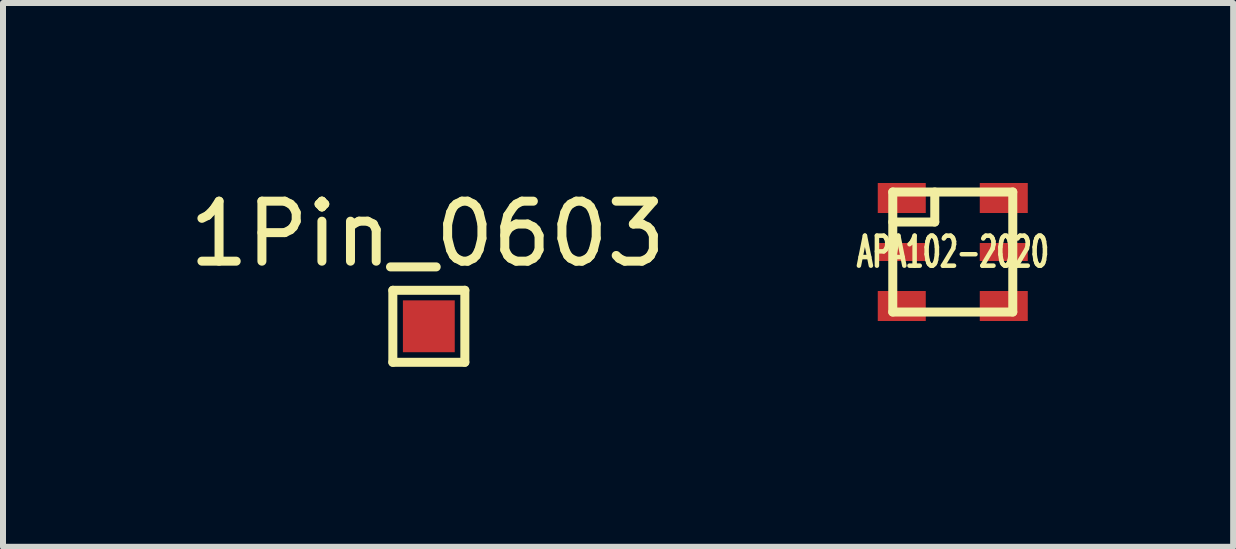
<source format=kicad_pcb>
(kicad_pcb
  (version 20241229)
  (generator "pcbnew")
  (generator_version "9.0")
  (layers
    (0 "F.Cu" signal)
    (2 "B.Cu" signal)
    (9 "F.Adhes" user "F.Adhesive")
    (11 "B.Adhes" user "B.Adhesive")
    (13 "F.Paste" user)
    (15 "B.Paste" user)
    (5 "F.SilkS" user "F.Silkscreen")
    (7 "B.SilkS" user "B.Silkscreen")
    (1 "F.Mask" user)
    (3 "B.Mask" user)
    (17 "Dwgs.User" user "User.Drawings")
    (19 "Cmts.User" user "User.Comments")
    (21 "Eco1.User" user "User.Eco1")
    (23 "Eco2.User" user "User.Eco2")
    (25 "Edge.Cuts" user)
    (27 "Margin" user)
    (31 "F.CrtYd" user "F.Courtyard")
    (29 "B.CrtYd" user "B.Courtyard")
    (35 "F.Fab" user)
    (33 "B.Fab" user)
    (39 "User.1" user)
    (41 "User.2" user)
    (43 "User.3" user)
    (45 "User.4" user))
  (footprint "APA102-2020"
    (layer "F.Cu")
    (at 12.829 1.15)
    (property "Reference" "APA102-2020" (at 0 0 0) (layer "F.SilkS") (effects (font (size 0.5 0.3) (thickness 0.075))))
    (attr through_hole)
    (fp_line (start -1 -1) (end 1 -1) (stroke (width 0.15) (type solid)) (layer "F.SilkS"))
    (fp_line (start -1 -0.5) (end -0.3 -0.5) (stroke (width 0.15) (type solid)) (layer "F.SilkS"))
    (fp_line (start -1 1) (end -1 -1) (stroke (width 0.15) (type solid)) (layer "F.SilkS"))
    (fp_line (start -0.3 -0.5) (end -0.3 -1) (stroke (width 0.15) (type solid)) (layer "F.SilkS"))
    (fp_line (start 1 -1) (end 1 1) (stroke (width 0.15) (type solid)) (layer "F.SilkS"))
    (fp_line (start 1 1) (end -1 1) (stroke (width 0.15) (type solid)) (layer "F.SilkS"))
    (pad "1" smd rect (at -0.85 -0.9) (size 0.8 0.5) (layers "F.Cu" "F.Mask" "F.Paste"))
    (pad "2" smd rect (at -0.85 0) (size 0.8 0.3) (layers "F.Cu" "F.Mask" "F.Paste"))
    (pad "3" smd rect (at -0.85 0.9) (size 0.8 0.5) (layers "F.Cu" "F.Mask" "F.Paste"))
    (pad "4" smd rect (at 0.85 0.9) (size 0.8 0.5) (layers "F.Cu" "F.Mask" "F.Paste"))
    (pad "5" smd rect (at 0.85 0) (size 0.8 0.3) (layers "F.Cu" "F.Mask" "F.Paste"))
    (pad "6" smd rect (at 0.85 -0.9) (size 0.8 0.5) (layers "F.Cu" "F.Mask" "F.Paste")))
  (footprint "1Pin_0603"
    (layer "F.Cu")
    (at 4.097 2.388)
    (property "Reference" "1Pin_0603" (at -0.02 -1.54 0) (layer "F.SilkS") (effects (font (size 1 1) (thickness 0.15))))
    (attr through_hole)
    (fp_line (start -0.6 -0.6) (end 0.6 -0.6) (stroke (width 0.15) (type solid)) (layer "F.SilkS"))
    (fp_line (start -0.6 0.6) (end -0.6 -0.6) (stroke (width 0.15) (type solid)) (layer "F.SilkS"))
    (fp_line (start 0.6 -0.6) (end 0.6 0.6) (stroke (width 0.15) (type solid)) (layer "F.SilkS"))
    (fp_line (start 0.6 0.6) (end -0.6 0.6) (stroke (width 0.15) (type solid)) (layer "F.SilkS"))
    (pad "1" smd rect (at 0 0) (size 0.864 0.864) (layers "F.Cu" "F.Mask" "F.Paste")))
  (gr_rect
    (start -3 -3)
    (end 17.502 6.063)
    (stroke (width 0.1) (type default))
    (fill no)
    (layer "Edge.Cuts")))
</source>
